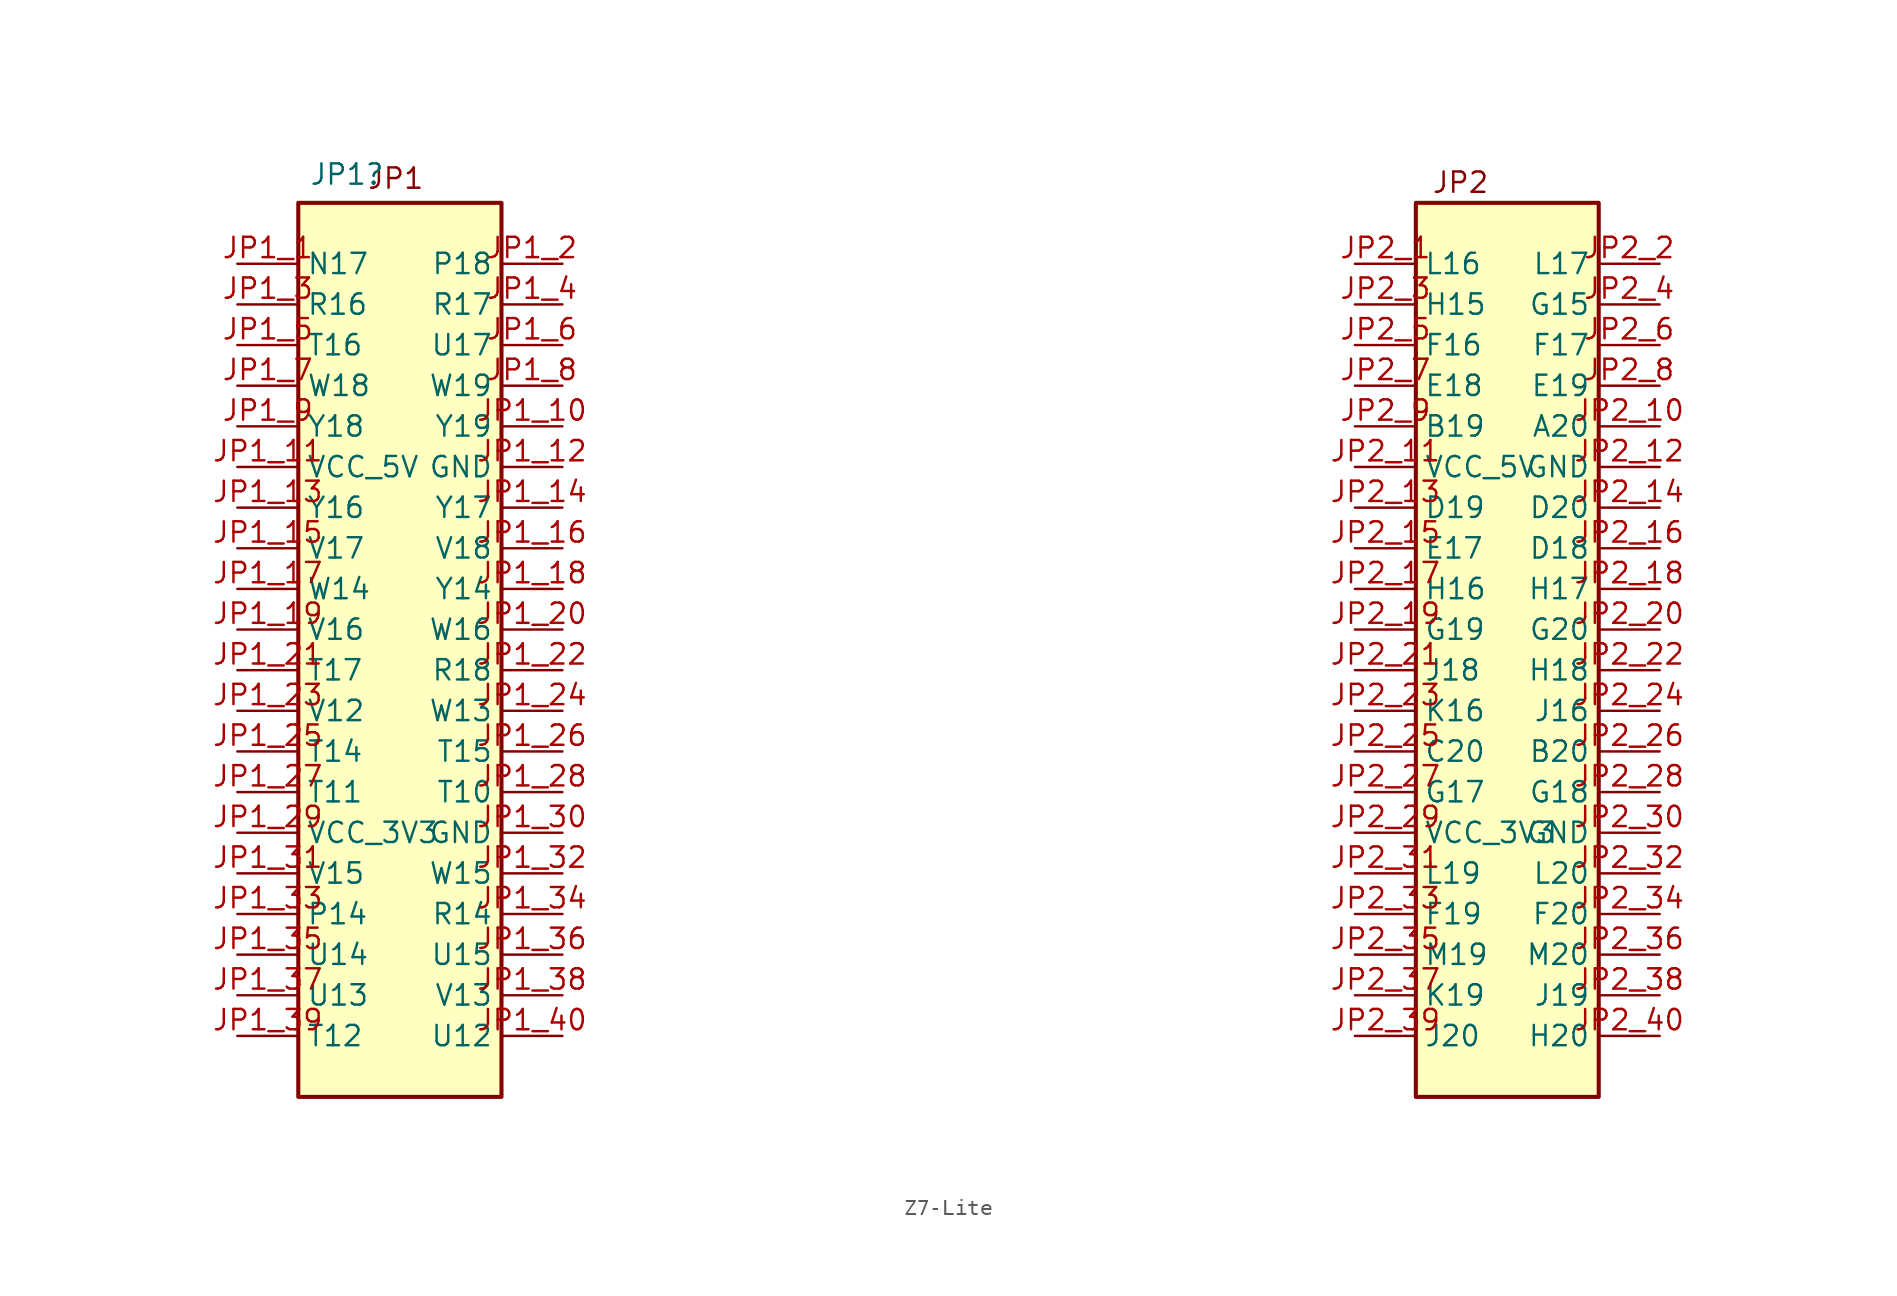
<source format=kicad_sym>
(kicad_symbol_lib
  (version 20241209)
  (generator "kicad_symbol_editor")
  (generator_version "9.0")
  (symbol "Z7-Lite"
    (property "Reference" "JP1"
      (at 5.588 48.768 0)
      (effects (font (size 1.27 1.27))))
    (property "Value" ""
      (at 0 -1.27 0)
      (effects (font (size 1.27 1.27))))
    (symbol "Z7-Lite_1_1"
      (rectangle (start 2.54 46.99) (end 15.24 -8.89) (stroke (width 0.254) (type default)) (fill (type background)))
      (rectangle (start 72.39 46.99) (end 83.82 -8.89) (stroke (width 0.254) (type default)) (fill (type background)))
      (text "JP1\n" (at 8.636 48.514 0) (effects (font (size 1.27 1.27))))
      (text "JP2\n" (at 75.184 48.26 0) (effects (font (size 1.27 1.27))))
      (pin passive line (at -1.27 43.18 0) (length 3.81) (name "N17" (effects (font (size 1.27 1.27)))) (number "JP1_1" (effects (font (size 1.27 1.27)))))
      (pin passive line (at -1.27 40.64 0) (length 3.81) (name "R16" (effects (font (size 1.27 1.27)))) (number "JP1_3" (effects (font (size 1.27 1.27)))))
      (pin passive line (at -1.27 38.1 0) (length 3.81) (name "T16" (effects (font (size 1.27 1.27)))) (number "JP1_5" (effects (font (size 1.27 1.27)))))
      (pin passive line (at -1.27 35.56 0) (length 3.81) (name "W18" (effects (font (size 1.27 1.27)))) (number "JP1_7" (effects (font (size 1.27 1.27)))))
      (pin passive line (at -1.27 33.02 0) (length 3.81) (name "Y18" (effects (font (size 1.27 1.27)))) (number "JP1_9" (effects (font (size 1.27 1.27)))))
      (pin passive line (at -1.27 30.48 0) (length 3.81) (name "VCC_5V" (effects (font (size 1.27 1.27)))) (number "JP1_11" (effects (font (size 1.27 1.27)))))
      (pin passive line (at -1.27 27.94 0) (length 3.81) (name "Y16" (effects (font (size 1.27 1.27)))) (number "JP1_13" (effects (font (size 1.27 1.27)))))
      (pin passive line (at -1.27 25.4 0) (length 3.81) (name "V17" (effects (font (size 1.27 1.27)))) (number "JP1_15" (effects (font (size 1.27 1.27)))))
      (pin passive line (at -1.27 22.86 0) (length 3.81) (name "W14" (effects (font (size 1.27 1.27)))) (number "JP1_17" (effects (font (size 1.27 1.27)))))
      (pin passive line (at -1.27 20.32 0) (length 3.81) (name "V16" (effects (font (size 1.27 1.27)))) (number "JP1_19" (effects (font (size 1.27 1.27)))))
      (pin passive line (at -1.27 17.78 0) (length 3.81) (name "T17" (effects (font (size 1.27 1.27)))) (number "JP1_21" (effects (font (size 1.27 1.27)))))
      (pin passive line (at -1.27 15.24 0) (length 3.81) (name "V12" (effects (font (size 1.27 1.27)))) (number "JP1_23" (effects (font (size 1.27 1.27)))))
      (pin passive line (at -1.27 12.7 0) (length 3.81) (name "T14" (effects (font (size 1.27 1.27)))) (number "JP1_25" (effects (font (size 1.27 1.27)))))
      (pin passive line (at -1.27 10.16 0) (length 3.81) (name "T11" (effects (font (size 1.27 1.27)))) (number "JP1_27" (effects (font (size 1.27 1.27)))))
      (pin passive line (at -1.27 7.62 0) (length 3.81) (name "VCC_3V3" (effects (font (size 1.27 1.27)))) (number "JP1_29" (effects (font (size 1.27 1.27)))))
      (pin passive line (at -1.27 5.08 0) (length 3.81) (name "V15" (effects (font (size 1.27 1.27)))) (number "JP1_31" (effects (font (size 1.27 1.27)))))
      (pin passive line (at -1.27 2.54 0) (length 3.81) (name "P14" (effects (font (size 1.27 1.27)))) (number "JP1_33" (effects (font (size 1.27 1.27)))))
      (pin passive line (at -1.27 0 0) (length 3.81) (name "U14" (effects (font (size 1.27 1.27)))) (number "JP1_35" (effects (font (size 1.27 1.27)))))
      (pin passive line (at -1.27 -2.54 0) (length 3.81) (name "U13" (effects (font (size 1.27 1.27)))) (number "JP1_37" (effects (font (size 1.27 1.27)))))
      (pin passive line (at -1.27 -5.08 0) (length 3.81) (name "T12" (effects (font (size 1.27 1.27)))) (number "JP1_39" (effects (font (size 1.27 1.27)))))
      (pin passive line (at 19.05 43.18 180) (length 3.81) (name "P18" (effects (font (size 1.27 1.27)))) (number "JP1_2" (effects (font (size 1.27 1.27)))))
      (pin passive line (at 19.05 40.64 180) (length 3.81) (name "R17" (effects (font (size 1.27 1.27)))) (number "JP1_4" (effects (font (size 1.27 1.27)))))
      (pin passive line (at 19.05 38.1 180) (length 3.81) (name "U17" (effects (font (size 1.27 1.27)))) (number "JP1_6" (effects (font (size 1.27 1.27)))))
      (pin passive line (at 19.05 35.56 180) (length 3.81) (name "W19" (effects (font (size 1.27 1.27)))) (number "JP1_8" (effects (font (size 1.27 1.27)))))
      (pin passive line (at 19.05 33.02 180) (length 3.81) (name "Y19" (effects (font (size 1.27 1.27)))) (number "JP1_10" (effects (font (size 1.27 1.27)))))
      (pin passive line (at 19.05 30.48 180) (length 3.81) (name "GND" (effects (font (size 1.27 1.27)))) (number "JP1_12" (effects (font (size 1.27 1.27)))))
      (pin passive line (at 19.05 27.94 180) (length 3.81) (name "Y17" (effects (font (size 1.27 1.27)))) (number "JP1_14" (effects (font (size 1.27 1.27)))))
      (pin passive line (at 19.05 25.4 180) (length 3.81) (name "V18" (effects (font (size 1.27 1.27)))) (number "JP1_16" (effects (font (size 1.27 1.27)))))
      (pin passive line (at 19.05 22.86 180) (length 3.81) (name "Y14" (effects (font (size 1.27 1.27)))) (number "JP1_18" (effects (font (size 1.27 1.27)))))
      (pin passive line (at 19.05 20.32 180) (length 3.81) (name "W16" (effects (font (size 1.27 1.27)))) (number "JP1_20" (effects (font (size 1.27 1.27)))))
      (pin passive line (at 19.05 17.78 180) (length 3.81) (name "R18" (effects (font (size 1.27 1.27)))) (number "JP1_22" (effects (font (size 1.27 1.27)))))
      (pin passive line (at 19.05 15.24 180) (length 3.81) (name "W13" (effects (font (size 1.27 1.27)))) (number "JP1_24" (effects (font (size 1.27 1.27)))))
      (pin passive line (at 19.05 12.7 180) (length 3.81) (name "T15" (effects (font (size 1.27 1.27)))) (number "JP1_26" (effects (font (size 1.27 1.27)))))
      (pin passive line (at 19.05 10.16 180) (length 3.81) (name "T10" (effects (font (size 1.27 1.27)))) (number "JP1_28" (effects (font (size 1.27 1.27)))))
      (pin passive line (at 19.05 7.62 180) (length 3.81) (name "GND" (effects (font (size 1.27 1.27)))) (number "JP1_30" (effects (font (size 1.27 1.27)))))
      (pin passive line (at 19.05 5.08 180) (length 3.81) (name "W15" (effects (font (size 1.27 1.27)))) (number "JP1_32" (effects (font (size 1.27 1.27)))))
      (pin passive line (at 19.05 2.54 180) (length 3.81) (name "R14" (effects (font (size 1.27 1.27)))) (number "JP1_34" (effects (font (size 1.27 1.27)))))
      (pin passive line (at 19.05 0 180) (length 3.81) (name "U15" (effects (font (size 1.27 1.27)))) (number "JP1_36" (effects (font (size 1.27 1.27)))))
      (pin passive line (at 19.05 -2.54 180) (length 3.81) (name "V13" (effects (font (size 1.27 1.27)))) (number "JP1_38" (effects (font (size 1.27 1.27)))))
      (pin passive line (at 19.05 -5.08 180) (length 3.81) (name "U12" (effects (font (size 1.27 1.27)))) (number "JP1_40" (effects (font (size 1.27 1.27)))))
      (pin passive line (at 68.58 43.18 0) (length 3.81) (name "L16" (effects (font (size 1.27 1.27)))) (number "JP2_1" (effects (font (size 1.27 1.27)))))
      (pin passive line (at 68.58 40.64 0) (length 3.81) (name "H15" (effects (font (size 1.27 1.27)))) (number "JP2_3" (effects (font (size 1.27 1.27)))))
      (pin passive line (at 68.58 38.1 0) (length 3.81) (name "F16" (effects (font (size 1.27 1.27)))) (number "JP2_5" (effects (font (size 1.27 1.27)))))
      (pin passive line (at 68.58 35.56 0) (length 3.81) (name "E18" (effects (font (size 1.27 1.27)))) (number "JP2_7" (effects (font (size 1.27 1.27)))))
      (pin passive line (at 68.58 33.02 0) (length 3.81) (name "B19" (effects (font (size 1.27 1.27)))) (number "JP2_9" (effects (font (size 1.27 1.27)))))
      (pin passive line (at 68.58 30.48 0) (length 3.81) (name "VCC_5V" (effects (font (size 1.27 1.27)))) (number "JP2_11" (effects (font (size 1.27 1.27)))))
      (pin passive line (at 68.58 27.94 0) (length 3.81) (name "D19" (effects (font (size 1.27 1.27)))) (number "JP2_13" (effects (font (size 1.27 1.27)))))
      (pin passive line (at 68.58 25.4 0) (length 3.81) (name "E17" (effects (font (size 1.27 1.27)))) (number "JP2_15" (effects (font (size 1.27 1.27)))))
      (pin passive line (at 68.58 22.86 0) (length 3.81) (name "H16" (effects (font (size 1.27 1.27)))) (number "JP2_17" (effects (font (size 1.27 1.27)))))
      (pin passive line (at 68.58 20.32 0) (length 3.81) (name "G19" (effects (font (size 1.27 1.27)))) (number "JP2_19" (effects (font (size 1.27 1.27)))))
      (pin passive line (at 68.58 17.78 0) (length 3.81) (name "J18" (effects (font (size 1.27 1.27)))) (number "JP2_21" (effects (font (size 1.27 1.27)))))
      (pin passive line (at 68.58 15.24 0) (length 3.81) (name "K16" (effects (font (size 1.27 1.27)))) (number "JP2_23" (effects (font (size 1.27 1.27)))))
      (pin passive line (at 68.58 12.7 0) (length 3.81) (name "C20" (effects (font (size 1.27 1.27)))) (number "JP2_25" (effects (font (size 1.27 1.27)))))
      (pin passive line (at 68.58 10.16 0) (length 3.81) (name "G17" (effects (font (size 1.27 1.27)))) (number "JP2_27" (effects (font (size 1.27 1.27)))))
      (pin passive line (at 68.58 7.62 0) (length 3.81) (name "VCC_3V3" (effects (font (size 1.27 1.27)))) (number "JP2_29" (effects (font (size 1.27 1.27)))))
      (pin passive line (at 68.58 5.08 0) (length 3.81) (name "L19" (effects (font (size 1.27 1.27)))) (number "JP2_31" (effects (font (size 1.27 1.27)))))
      (pin passive line (at 68.58 2.54 0) (length 3.81) (name "F19" (effects (font (size 1.27 1.27)))) (number "JP2_33" (effects (font (size 1.27 1.27)))))
      (pin passive line (at 68.58 0 0) (length 3.81) (name "M19" (effects (font (size 1.27 1.27)))) (number "JP2_35" (effects (font (size 1.27 1.27)))))
      (pin passive line (at 68.58 -2.54 0) (length 3.81) (name "K19" (effects (font (size 1.27 1.27)))) (number "JP2_37" (effects (font (size 1.27 1.27)))))
      (pin passive line (at 68.58 -5.08 0) (length 3.81) (name "J20" (effects (font (size 1.27 1.27)))) (number "JP2_39" (effects (font (size 1.27 1.27)))))
      (pin passive line (at 87.63 43.18 180) (length 3.81) (name "L17" (effects (font (size 1.27 1.27)))) (number "JP2_2" (effects (font (size 1.27 1.27)))))
      (pin passive line (at 87.63 40.64 180) (length 3.81) (name "G15" (effects (font (size 1.27 1.27)))) (number "JP2_4" (effects (font (size 1.27 1.27)))))
      (pin passive line (at 87.63 38.1 180) (length 3.81) (name "F17" (effects (font (size 1.27 1.27)))) (number "JP2_6" (effects (font (size 1.27 1.27)))))
      (pin passive line (at 87.63 35.56 180) (length 3.81) (name "E19" (effects (font (size 1.27 1.27)))) (number "JP2_8" (effects (font (size 1.27 1.27)))))
      (pin passive line (at 87.63 33.02 180) (length 3.81) (name "A20" (effects (font (size 1.27 1.27)))) (number "JP2_10" (effects (font (size 1.27 1.27)))))
      (pin passive line (at 87.63 30.48 180) (length 3.81) (name "GND" (effects (font (size 1.27 1.27)))) (number "JP2_12" (effects (font (size 1.27 1.27)))))
      (pin passive line (at 87.63 27.94 180) (length 3.81) (name "D20" (effects (font (size 1.27 1.27)))) (number "JP2_14" (effects (font (size 1.27 1.27)))))
      (pin passive line (at 87.63 25.4 180) (length 3.81) (name "D18" (effects (font (size 1.27 1.27)))) (number "JP2_16" (effects (font (size 1.27 1.27)))))
      (pin passive line (at 87.63 22.86 180) (length 3.81) (name "H17" (effects (font (size 1.27 1.27)))) (number "JP2_18" (effects (font (size 1.27 1.27)))))
      (pin passive line (at 87.63 20.32 180) (length 3.81) (name "G20" (effects (font (size 1.27 1.27)))) (number "JP2_20" (effects (font (size 1.27 1.27)))))
      (pin passive line (at 87.63 17.78 180) (length 3.81) (name "H18" (effects (font (size 1.27 1.27)))) (number "JP2_22" (effects (font (size 1.27 1.27)))))
      (pin passive line (at 87.63 15.24 180) (length 3.81) (name "J16" (effects (font (size 1.27 1.27)))) (number "JP2_24" (effects (font (size 1.27 1.27)))))
      (pin passive line (at 87.63 12.7 180) (length 3.81) (name "B20" (effects (font (size 1.27 1.27)))) (number "JP2_26" (effects (font (size 1.27 1.27)))))
      (pin passive line (at 87.63 10.16 180) (length 3.81) (name "G18" (effects (font (size 1.27 1.27)))) (number "JP2_28" (effects (font (size 1.27 1.27)))))
      (pin passive line (at 87.63 7.62 180) (length 3.81) (name "GND" (effects (font (size 1.27 1.27)))) (number "JP2_30" (effects (font (size 1.27 1.27)))))
      (pin passive line (at 87.63 5.08 180) (length 3.81) (name "L20" (effects (font (size 1.27 1.27)))) (number "JP2_32" (effects (font (size 1.27 1.27)))))
      (pin passive line (at 87.63 2.54 180) (length 3.81) (name "F20" (effects (font (size 1.27 1.27)))) (number "JP2_34" (effects (font (size 1.27 1.27)))))
      (pin passive line (at 87.63 0 180) (length 3.81) (name "M20" (effects (font (size 1.27 1.27)))) (number "JP2_36" (effects (font (size 1.27 1.27)))))
      (pin passive line (at 87.63 -2.54 180) (length 3.81) (name "J19" (effects (font (size 1.27 1.27)))) (number "JP2_38" (effects (font (size 1.27 1.27)))))
      (pin passive line (at 87.63 -5.08 180) (length 3.81) (name "H20" (effects (font (size 1.27 1.27)))) (number "JP2_40" (effects (font (size 1.27 1.27))))))))
</source>
